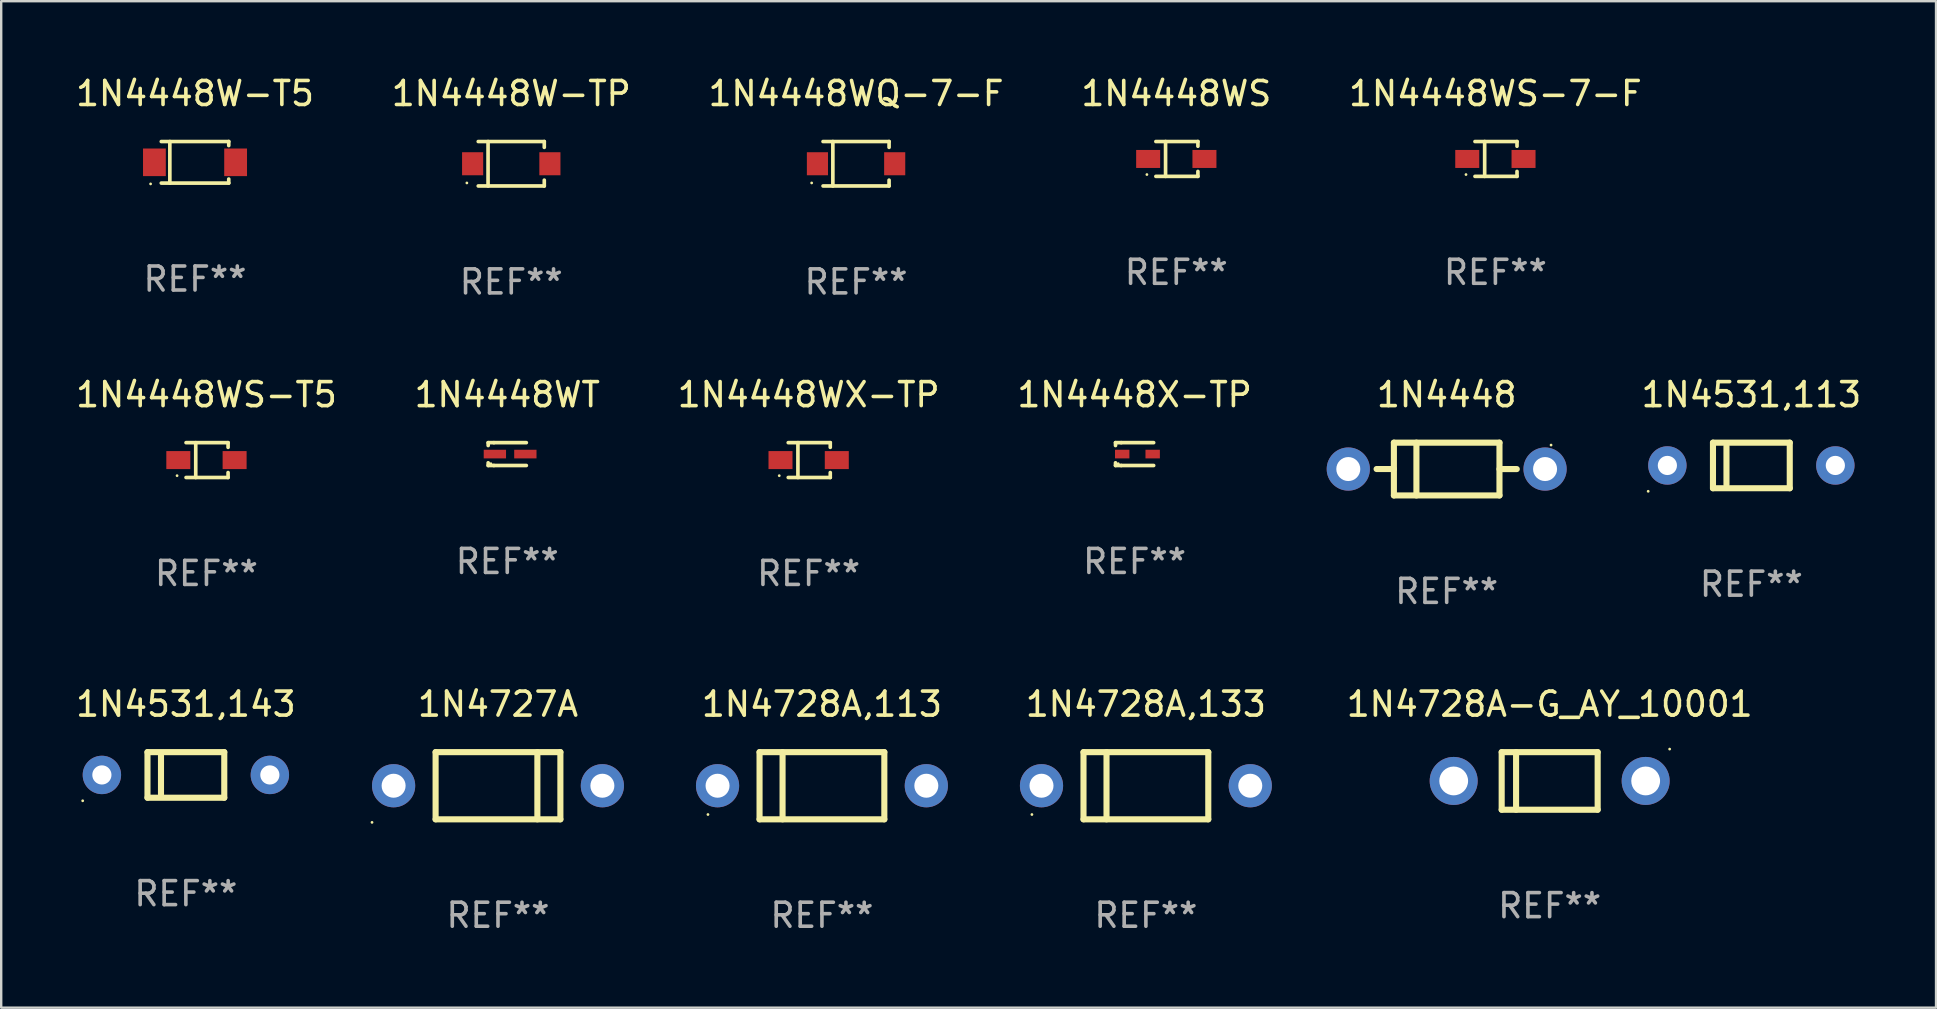
<source format=kicad_pcb>
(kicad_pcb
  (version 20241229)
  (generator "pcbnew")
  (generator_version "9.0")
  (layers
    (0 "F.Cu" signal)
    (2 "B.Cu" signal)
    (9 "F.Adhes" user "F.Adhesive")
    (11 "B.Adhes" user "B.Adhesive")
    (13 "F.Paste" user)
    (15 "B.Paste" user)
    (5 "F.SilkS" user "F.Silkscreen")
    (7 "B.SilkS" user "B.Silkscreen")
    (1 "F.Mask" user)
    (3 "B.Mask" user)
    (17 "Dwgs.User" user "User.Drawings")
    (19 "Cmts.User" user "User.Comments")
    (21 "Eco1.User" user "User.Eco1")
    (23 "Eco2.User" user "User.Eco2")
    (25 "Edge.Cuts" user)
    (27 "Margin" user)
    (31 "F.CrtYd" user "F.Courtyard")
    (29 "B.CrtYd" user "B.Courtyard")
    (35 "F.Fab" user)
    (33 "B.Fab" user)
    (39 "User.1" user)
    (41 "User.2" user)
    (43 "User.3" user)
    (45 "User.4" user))
  (footprint "1N4531,113"
    (layer "F.Cu")
    (at 69.935 16.347)
    (property "Reference" "1N4531,113" (at 0 -2.95 0) (layer "F.SilkS") (effects (font (size 1 1) (thickness 0.15))))
    (attr through_hole)
    (fp_line (start -1.6 -0.95) (end -1.6 0.95) (stroke (width 0.254) (type solid)) (layer "F.SilkS"))
    (fp_line (start -1.6 -0.95) (end 1.6 -0.95) (stroke (width 0.254) (type solid)) (layer "F.SilkS"))
    (fp_line (start -1.6 0.95) (end 1.6 0.95) (stroke (width 0.254) (type solid)) (layer "F.SilkS"))
    (fp_line (start -1.037 -0.8) (end -1.037 0.8) (stroke (width 0.254) (type solid)) (layer "F.SilkS"))
    (fp_line (start 1.6 0.95) (end 1.6 -0.95) (stroke (width 0.254) (type solid)) (layer "F.SilkS"))
    (fp_circle (center -4.3 1.077) (end -4.27 1.077) (stroke (width 0.06) (type solid)) (fill no) (layer "F.SilkS"))
    (fp_text user "REF**" (at 0 4.95 0) (layer "F.Fab") (effects (font (size 1 1) (thickness 0.15))))
    (pad "1" thru_hole circle (at -3.5 0) (size 1.6 1.6) (drill 0.8) (layers "*.Cu" "*.Mask"))
    (pad "2" thru_hole circle (at 3.5 0) (size 1.6 1.6) (drill 0.8) (layers "*.Cu" "*.Mask")))
  (footprint "1N4531,143"
    (layer "F.Cu")
    (at 4.696 29.244)
    (property "Reference" "1N4531,143" (at 0 -2.95 0) (layer "F.SilkS") (effects (font (size 1 1) (thickness 0.15))))
    (attr through_hole)
    (fp_line (start -1.6 -0.95) (end -1.6 0.95) (stroke (width 0.254) (type solid)) (layer "F.SilkS"))
    (fp_line (start -1.6 -0.95) (end 1.6 -0.95) (stroke (width 0.254) (type solid)) (layer "F.SilkS"))
    (fp_line (start -1.6 0.95) (end 1.6 0.95) (stroke (width 0.254) (type solid)) (layer "F.SilkS"))
    (fp_line (start -1.037 -0.8) (end -1.037 0.8) (stroke (width 0.254) (type solid)) (layer "F.SilkS"))
    (fp_line (start 1.6 0.95) (end 1.6 -0.95) (stroke (width 0.254) (type solid)) (layer "F.SilkS"))
    (fp_circle (center -4.3 1.077) (end -4.27 1.077) (stroke (width 0.06) (type solid)) (fill no) (layer "F.SilkS"))
    (fp_text user "REF**" (at 0 4.95 0) (layer "F.Fab") (effects (font (size 1 1) (thickness 0.15))))
    (pad "1" thru_hole circle (at -3.5 0) (size 1.6 1.6) (drill 0.8) (layers "*.Cu" "*.Mask"))
    (pad "2" thru_hole circle (at 3.5 0) (size 1.6 1.6) (drill 0.8) (layers "*.Cu" "*.Mask")))
  (footprint "1N4728A,133"
    (layer "F.Cu")
    (at 44.703 29.694)
    (property "Reference" "1N4728A,133" (at 0 -3.4 0) (layer "F.SilkS") (effects (font (size 1 1) (thickness 0.15))))
    (attr through_hole)
    (fp_line (start -2.6 -1.4) (end -2.6 1.4) (stroke (width 0.254) (type solid)) (layer "F.SilkS"))
    (fp_line (start -2.6 -1.4) (end 2.6 -1.4) (stroke (width 0.254) (type solid)) (layer "F.SilkS"))
    (fp_line (start -2.6 1.4) (end 2.6 1.4) (stroke (width 0.254) (type solid)) (layer "F.SilkS"))
    (fp_line (start -1.641 -1.4) (end -1.641 1.4) (stroke (width 0.254) (type solid)) (layer "F.SilkS"))
    (fp_line (start 2.6 -1.4) (end 2.6 1.4) (stroke (width 0.254) (type solid)) (layer "F.SilkS"))
    (fp_circle (center -4.75 1.2) (end -4.72 1.2) (stroke (width 0.06) (type solid)) (fill no) (layer "F.SilkS"))
    (fp_text user "REF**" (at 0 5.4 0) (layer "F.Fab") (effects (font (size 1 1) (thickness 0.15))))
    (pad "1" thru_hole circle (at -4.35 0) (size 1.8 1.8) (drill 1) (layers "*.Cu" "*.Mask"))
    (pad "2" thru_hole circle (at 4.35 0) (size 1.8 1.8) (drill 1) (layers "*.Cu" "*.Mask")))
  (footprint "1N4448W-T5"
    (layer "F.Cu")
    (at 5.077 3.714)
    (property "Reference" "1N4448W-T5" (at 0 -2.866 0) (layer "F.SilkS") (effects (font (size 1 1) (thickness 0.15))))
    (attr through_hole)
    (fp_line (start -1.406 -0.866) (end 1.406 -0.866) (stroke (width 0.152) (type solid)) (layer "F.SilkS"))
    (fp_line (start -1.406 0.866) (end 1.406 0.866) (stroke (width 0.152) (type solid)) (layer "F.SilkS"))
    (fp_line (start -1.049 -0.866) (end -1.049 0.866) (stroke (width 0.152) (type solid)) (layer "F.SilkS"))
    (fp_line (start 1.406 -0.866) (end 1.406 -0.698) (stroke (width 0.152) (type solid)) (layer "F.SilkS"))
    (fp_line (start 1.406 0.866) (end 1.406 0.698) (stroke (width 0.152) (type solid)) (layer "F.SilkS"))
    (fp_circle (center -1.851 0.9) (end -1.821 0.9) (stroke (width 0.06) (type solid)) (fill no) (layer "F.SilkS"))
    (fp_text user "REF**" (at 0 4.866 0) (layer "F.Fab") (effects (font (size 1 1) (thickness 0.15))))
    (pad "1" smd rect (at -1.692 0) (size 0.95 1.15) (layers "F.Cu" "F.Mask" "F.Paste"))
    (pad "2" smd rect (at 1.692 0) (size 0.95 1.15) (layers "F.Cu" "F.Mask" "F.Paste")))
  (footprint "1N4448"
    (layer "F.Cu")
    (at 57.238 16.497)
    (property "Reference" "1N4448" (at 0 -3.1 0) (layer "F.SilkS") (effects (font (size 1 1) (thickness 0.15))))
    (attr through_hole)
    (fp_line (start -2.2 -1.1) (end -2.2 1.1) (stroke (width 0.254) (type solid)) (layer "F.SilkS"))
    (fp_line (start -2.2 -1.1) (end 2.2 -1.1) (stroke (width 0.254) (type solid)) (layer "F.SilkS"))
    (fp_line (start -2.2 -0.001) (end -2.921 -0.001) (stroke (width 0.254) (type solid)) (layer "F.SilkS"))
    (fp_line (start -2.2 1.1) (end 2.2 1.1) (stroke (width 0.254) (type solid)) (layer "F.SilkS"))
    (fp_line (start -1.261 -1.1) (end -1.261 1.1) (stroke (width 0.254) (type solid)) (layer "F.SilkS"))
    (fp_line (start 2.2 -1.1) (end 2.2 1.1) (stroke (width 0.254) (type solid)) (layer "F.SilkS"))
    (fp_line (start 2.2 0.001) (end 2.921 0.001) (stroke (width 0.254) (type solid)) (layer "F.SilkS"))
    (fp_circle (center 4.35 -1) (end 4.38 -1) (stroke (width 0.06) (type solid)) (fill no) (layer "F.SilkS"))
    (fp_text user "REF**" (at 0 5.1 0) (layer "F.Fab") (effects (font (size 1 1) (thickness 0.15))))
    (pad "1" thru_hole circle (at 4.1 0) (size 1.8 1.8) (drill 1) (layers "*.Cu" "*.Mask"))
    (pad "2" thru_hole circle (at -4.1 0) (size 1.8 1.8) (drill 1) (layers "*.Cu" "*.Mask")))
  (footprint "1N4727A"
    (layer "F.Cu")
    (at 17.703 29.694)
    (property "Reference" "1N4727A" (at 0 -3.4 0) (layer "F.SilkS") (effects (font (size 1 1) (thickness 0.15))))
    (attr through_hole)
    (fp_line (start -2.6 1.4) (end -2.6 -1.4) (stroke (width 0.254) (type solid)) (layer "F.SilkS"))
    (fp_line (start 1.641 1.4) (end 1.641 -1.4) (stroke (width 0.254) (type solid)) (layer "F.SilkS"))
    (fp_line (start 2.6 -1.4) (end -2.6 -1.4) (stroke (width 0.254) (type solid)) (layer "F.SilkS"))
    (fp_line (start 2.6 1.4) (end -2.6 1.4) (stroke (width 0.254) (type solid)) (layer "F.SilkS"))
    (fp_line (start 2.6 1.4) (end 2.6 -1.4) (stroke (width 0.254) (type solid)) (layer "F.SilkS"))
    (fp_circle (center -5.25 1.527) (end -5.22 1.527) (stroke (width 0.06) (type solid)) (fill no) (layer "F.SilkS"))
    (fp_text user "REF**" (at 0 5.4 0) (layer "F.Fab") (effects (font (size 1 1) (thickness 0.15))))
    (pad "1" thru_hole circle (at -4.35 0) (size 1.8 1.8) (drill 1) (layers "*.Cu" "*.Mask"))
    (pad "2" thru_hole circle (at 4.35 0) (size 1.8 1.8) (drill 1) (layers "*.Cu" "*.Mask")))
  (footprint "1N4448WQ-7-F"
    (layer "F.Cu")
    (at 32.625 3.774)
    (property "Reference" "1N4448WQ-7-F" (at 0 -2.926 0) (layer "F.SilkS") (effects (font (size 1 1) (thickness 0.15))))
    (attr through_hole)
    (fp_line (start -1.376 -0.926) (end 1.376 -0.926) (stroke (width 0.152) (type solid)) (layer "F.SilkS"))
    (fp_line (start -1.376 0.926) (end 1.376 0.926) (stroke (width 0.152) (type solid)) (layer "F.SilkS"))
    (fp_line (start -0.967 -0.926) (end -0.967 0.926) (stroke (width 0.152) (type solid)) (layer "F.SilkS"))
    (fp_line (start 1.376 -0.926) (end 1.376 -0.683) (stroke (width 0.152) (type solid)) (layer "F.SilkS"))
    (fp_line (start 1.376 0.926) (end 1.376 0.683) (stroke (width 0.152) (type solid)) (layer "F.SilkS"))
    (fp_circle (center -1.85 0.8) (end -1.82 0.8) (stroke (width 0.06) (type solid)) (fill no) (layer "F.SilkS"))
    (fp_text user "REF**" (at 0 4.926 0) (layer "F.Fab") (effects (font (size 1 1) (thickness 0.15))))
    (pad "1" smd rect (at -1.61 0) (size 0.88 0.96) (layers "F.Cu" "F.Mask" "F.Paste"))
    (pad "2" smd rect (at 1.61 0) (size 0.88 0.96) (layers "F.Cu" "F.Mask" "F.Paste")))
  (footprint "1N4728A,113"
    (layer "F.Cu")
    (at 31.203 29.694)
    (property "Reference" "1N4728A,113" (at 0 -3.4 0) (layer "F.SilkS") (effects (font (size 1 1) (thickness 0.15))))
    (attr through_hole)
    (fp_line (start -2.6 -1.4) (end -2.6 1.4) (stroke (width 0.254) (type solid)) (layer "F.SilkS"))
    (fp_line (start -2.6 -1.4) (end 2.6 -1.4) (stroke (width 0.254) (type solid)) (layer "F.SilkS"))
    (fp_line (start -2.6 1.4) (end 2.6 1.4) (stroke (width 0.254) (type solid)) (layer "F.SilkS"))
    (fp_line (start -1.641 -1.4) (end -1.641 1.4) (stroke (width 0.254) (type solid)) (layer "F.SilkS"))
    (fp_line (start 2.6 -1.4) (end 2.6 1.4) (stroke (width 0.254) (type solid)) (layer "F.SilkS"))
    (fp_circle (center -4.75 1.2) (end -4.72 1.2) (stroke (width 0.06) (type solid)) (fill no) (layer "F.SilkS"))
    (fp_text user "REF**" (at 0 5.4 0) (layer "F.Fab") (effects (font (size 1 1) (thickness 0.15))))
    (pad "1" thru_hole circle (at -4.35 0) (size 1.8 1.8) (drill 1) (layers "*.Cu" "*.Mask"))
    (pad "2" thru_hole circle (at 4.35 0) (size 1.8 1.8) (drill 1) (layers "*.Cu" "*.Mask")))
  (footprint "1N4448X-TP"
    (layer "F.Cu")
    (at 44.232 15.873)
    (property "Reference" "1N4448X-TP" (at 0 -2.476 0) (layer "F.SilkS") (effects (font (size 1 1) (thickness 0.15))))
    (attr through_hole)
    (fp_line (start -0.795 -0.476) (end -0.795 -0.356) (stroke (width 0.152) (type solid)) (layer "F.SilkS"))
    (fp_line (start -0.795 0.363) (end -0.795 0.476) (stroke (width 0.152) (type solid)) (layer "F.SilkS"))
    (fp_line (start -0.795 0.476) (end -0.557 0.476) (stroke (width 0.152) (type solid)) (layer "F.SilkS"))
    (fp_line (start -0.557 -0.476) (end -0.795 -0.476) (stroke (width 0.152) (type solid)) (layer "F.SilkS"))
    (fp_line (start -0.557 -0.476) (end 0.795 -0.476) (stroke (width 0.152) (type solid)) (layer "F.SilkS"))
    (fp_line (start -0.557 0.476) (end 0.795 0.476) (stroke (width 0.152) (type solid)) (layer "F.SilkS"))
    (fp_circle (center -0.681 0.4) (end -0.651 0.4) (stroke (width 0.06) (type solid)) (fill no) (layer "F.SilkS"))
    (fp_text user "REF**" (at 0 4.476 0) (layer "F.Fab") (effects (font (size 1 1) (thickness 0.15))))
    (pad "1" smd rect (at -0.516 -0.000051 180) (size 0.6 0.36) (layers "F.Cu" "F.Mask" "F.Paste"))
    (pad "2" smd rect (at 0.754 -0.000051 180) (size 0.6 0.36) (layers "F.Cu" "F.Mask" "F.Paste")))
  (footprint "1N4448WX-TP"
    (layer "F.Cu")
    (at 30.649 16.123)
    (property "Reference" "1N4448WX-TP" (at 0 -2.726 0) (layer "F.SilkS") (effects (font (size 1 1) (thickness 0.15))))
    (attr through_hole)
    (fp_line (start -0.851 -0.726) (end 0.901 -0.726) (stroke (width 0.152) (type solid)) (layer "F.SilkS"))
    (fp_line (start -0.851 0.726) (end 0.901 0.726) (stroke (width 0.152) (type solid)) (layer "F.SilkS"))
    (fp_line (start -0.447 -0.726) (end -0.447 0.726) (stroke (width 0.152) (type solid)) (layer "F.SilkS"))
    (fp_line (start 0.901 -0.726) (end 0.901 -0.53) (stroke (width 0.152) (type solid)) (layer "F.SilkS"))
    (fp_line (start 0.901 0.726) (end 0.901 0.52) (stroke (width 0.152) (type solid)) (layer "F.SilkS"))
    (fp_circle (center -1.225 0.65) (end -1.195 0.65) (stroke (width 0.06) (type solid)) (fill no) (layer "F.SilkS"))
    (fp_text user "REF**" (at 0 4.726 0) (layer "F.Fab") (effects (font (size 1 1) (thickness 0.15))))
    (pad "1" smd rect (at -1.173 0) (size 1 0.75) (layers "F.Cu" "F.Mask" "F.Paste"))
    (pad "2" smd rect (at 1.173 0) (size 1 0.75) (layers "F.Cu" "F.Mask" "F.Paste")))
  (footprint "1N4448W-TP"
    (layer "F.Cu")
    (at 18.256 3.774)
    (property "Reference" "1N4448W-TP" (at 0 -2.926 0) (layer "F.SilkS") (effects (font (size 1 1) (thickness 0.15))))
    (attr through_hole)
    (fp_line (start -1.376 -0.926) (end 1.376 -0.926) (stroke (width 0.152) (type solid)) (layer "F.SilkS"))
    (fp_line (start -1.376 0.926) (end 1.376 0.926) (stroke (width 0.152) (type solid)) (layer "F.SilkS"))
    (fp_line (start -0.967 -0.926) (end -0.967 0.926) (stroke (width 0.152) (type solid)) (layer "F.SilkS"))
    (fp_line (start 1.376 -0.926) (end 1.376 -0.683) (stroke (width 0.152) (type solid)) (layer "F.SilkS"))
    (fp_line (start 1.376 0.926) (end 1.376 0.683) (stroke (width 0.152) (type solid)) (layer "F.SilkS"))
    (fp_circle (center -1.85 0.8) (end -1.82 0.8) (stroke (width 0.06) (type solid)) (fill no) (layer "F.SilkS"))
    (fp_text user "REF**" (at 0 4.926 0) (layer "F.Fab") (effects (font (size 1 1) (thickness 0.15))))
    (pad "1" smd rect (at -1.61 0) (size 0.88 0.96) (layers "F.Cu" "F.Mask" "F.Paste"))
    (pad "2" smd rect (at 1.61 0) (size 0.88 0.96) (layers "F.Cu" "F.Mask" "F.Paste")))
  (footprint "1N4728A-G_AY_10001"
    (layer "F.Cu")
    (at 61.53 29.494)
    (property "Reference" "1N4728A-G_AY_10001" (at 0 -3.2 0) (layer "F.SilkS") (effects (font (size 1 1) (thickness 0.15))))
    (attr through_hole)
    (fp_line (start -2 -1.2) (end 2 -1.2) (stroke (width 0.254) (type solid)) (layer "F.SilkS"))
    (fp_line (start -2 1.2) (end -2 -1.2) (stroke (width 0.254) (type solid)) (layer "F.SilkS"))
    (fp_line (start -1.4 -1.2) (end -1.4 1.2) (stroke (width 0.254) (type solid)) (layer "F.SilkS"))
    (fp_line (start 2 -1.2) (end 2 1.2) (stroke (width 0.254) (type solid)) (layer "F.SilkS"))
    (fp_line (start 2 1.2) (end -2 1.2) (stroke (width 0.254) (type solid)) (layer "F.SilkS"))
    (fp_circle (center 5 -1.327) (end 5.03 -1.327) (stroke (width 0.06) (type solid)) (fill no) (layer "F.SilkS"))
    (fp_text user "REF**" (at 0 5.2 0) (layer "F.Fab") (effects (font (size 1 1) (thickness 0.15))))
    (pad "1" thru_hole circle (at -4 0) (size 2 2) (drill 1.2) (layers "*.Cu" "*.Mask"))
    (pad "2" thru_hole circle (at 4 0) (size 2 2) (drill 1.2) (layers "*.Cu" "*.Mask")))
  (footprint "1N4448WS-7-F"
    (layer "F.Cu")
    (at 59.268 3.574)
    (property "Reference" "1N4448WS-7-F" (at 0 -2.726 0) (layer "F.SilkS") (effects (font (size 1 1) (thickness 0.15))))
    (attr through_hole)
    (fp_line (start -0.851 -0.726) (end 0.901 -0.726) (stroke (width 0.152) (type solid)) (layer "F.SilkS"))
    (fp_line (start -0.851 0.726) (end 0.901 0.726) (stroke (width 0.152) (type solid)) (layer "F.SilkS"))
    (fp_line (start -0.447 -0.726) (end -0.447 0.726) (stroke (width 0.152) (type solid)) (layer "F.SilkS"))
    (fp_line (start 0.901 -0.726) (end 0.901 -0.53) (stroke (width 0.152) (type solid)) (layer "F.SilkS"))
    (fp_line (start 0.901 0.726) (end 0.901 0.52) (stroke (width 0.152) (type solid)) (layer "F.SilkS"))
    (fp_circle (center -1.225 0.65) (end -1.195 0.65) (stroke (width 0.06) (type solid)) (fill no) (layer "F.SilkS"))
    (fp_text user "REF**" (at 0 4.726 0) (layer "F.Fab") (effects (font (size 1 1) (thickness 0.15))))
    (pad "1" smd rect (at -1.173 0) (size 1 0.75) (layers "F.Cu" "F.Mask" "F.Paste"))
    (pad "2" smd rect (at 1.173 0) (size 1 0.75) (layers "F.Cu" "F.Mask" "F.Paste")))
  (footprint "1N4448WS-T5"
    (layer "F.Cu")
    (at 5.554 16.123)
    (property "Reference" "1N4448WS-T5" (at 0 -2.726 0) (layer "F.SilkS") (effects (font (size 1 1) (thickness 0.15))))
    (attr through_hole)
    (fp_line (start -0.851 -0.726) (end 0.901 -0.726) (stroke (width 0.152) (type solid)) (layer "F.SilkS"))
    (fp_line (start -0.851 0.726) (end 0.901 0.726) (stroke (width 0.152) (type solid)) (layer "F.SilkS"))
    (fp_line (start -0.447 -0.726) (end -0.447 0.726) (stroke (width 0.152) (type solid)) (layer "F.SilkS"))
    (fp_line (start 0.901 -0.726) (end 0.901 -0.53) (stroke (width 0.152) (type solid)) (layer "F.SilkS"))
    (fp_line (start 0.901 0.726) (end 0.901 0.52) (stroke (width 0.152) (type solid)) (layer "F.SilkS"))
    (fp_circle (center -1.225 0.65) (end -1.195 0.65) (stroke (width 0.06) (type solid)) (fill no) (layer "F.SilkS"))
    (fp_text user "REF**" (at 0 4.726 0) (layer "F.Fab") (effects (font (size 1 1) (thickness 0.15))))
    (pad "1" smd rect (at -1.173 0) (size 1 0.75) (layers "F.Cu" "F.Mask" "F.Paste"))
    (pad "2" smd rect (at 1.173 0) (size 1 0.75) (layers "F.Cu" "F.Mask" "F.Paste")))
  (footprint "1N4448WS"
    (layer "F.Cu")
    (at 45.97 3.574)
    (property "Reference" "1N4448WS" (at 0 -2.726 0) (layer "F.SilkS") (effects (font (size 1 1) (thickness 0.15))))
    (attr through_hole)
    (fp_line (start -0.851 -0.726) (end 0.901 -0.726) (stroke (width 0.152) (type solid)) (layer "F.SilkS"))
    (fp_line (start -0.851 0.726) (end 0.901 0.726) (stroke (width 0.152) (type solid)) (layer "F.SilkS"))
    (fp_line (start -0.447 -0.726) (end -0.447 0.726) (stroke (width 0.152) (type solid)) (layer "F.SilkS"))
    (fp_line (start 0.901 -0.726) (end 0.901 -0.53) (stroke (width 0.152) (type solid)) (layer "F.SilkS"))
    (fp_line (start 0.901 0.726) (end 0.901 0.52) (stroke (width 0.152) (type solid)) (layer "F.SilkS"))
    (fp_circle (center -1.225 0.65) (end -1.195 0.65) (stroke (width 0.06) (type solid)) (fill no) (layer "F.SilkS"))
    (fp_text user "REF**" (at 0 4.726 0) (layer "F.Fab") (effects (font (size 1 1) (thickness 0.15))))
    (pad "1" smd rect (at -1.173 0) (size 1 0.75) (layers "F.Cu" "F.Mask" "F.Paste"))
    (pad "2" smd rect (at 1.173 0) (size 1 0.75) (layers "F.Cu" "F.Mask" "F.Paste")))
  (footprint "1N4448WT"
    (layer "F.Cu")
    (at 18.089 15.873)
    (property "Reference" "1N4448WT" (at 0 -2.476 0) (layer "F.SilkS") (effects (font (size 1 1) (thickness 0.15))))
    (attr through_hole)
    (fp_line (start -0.795 -0.476) (end -0.795 -0.356) (stroke (width 0.152) (type solid)) (layer "F.SilkS"))
    (fp_line (start -0.795 0.363) (end -0.795 0.476) (stroke (width 0.152) (type solid)) (layer "F.SilkS"))
    (fp_line (start -0.795 0.476) (end -0.557 0.476) (stroke (width 0.152) (type solid)) (layer "F.SilkS"))
    (fp_line (start -0.557 -0.476) (end -0.795 -0.476) (stroke (width 0.152) (type solid)) (layer "F.SilkS"))
    (fp_line (start -0.557 -0.476) (end 0.795 -0.476) (stroke (width 0.152) (type solid)) (layer "F.SilkS"))
    (fp_line (start -0.557 0.476) (end 0.795 0.476) (stroke (width 0.152) (type solid)) (layer "F.SilkS"))
    (fp_circle (center -0.681 0.4) (end -0.651 0.4) (stroke (width 0.06) (type solid)) (fill no) (layer "F.SilkS"))
    (fp_text user "REF**" (at 0 4.476 0) (layer "F.Fab") (effects (font (size 1 1) (thickness 0.15))))
    (pad "1" smd rect (at -0.516 0 180) (size 0.93 0.36) (layers "F.Cu" "F.Mask" "F.Paste"))
    (pad "2" smd rect (at 0.754 0 180) (size 0.93 0.36) (layers "F.Cu" "F.Mask" "F.Paste")))
  (gr_rect
    (start -3 -3)
    (end 77.631 38.942)
    (stroke (width 0.1) (type default))
    (fill no)
    (layer "Edge.Cuts")))
</source>
